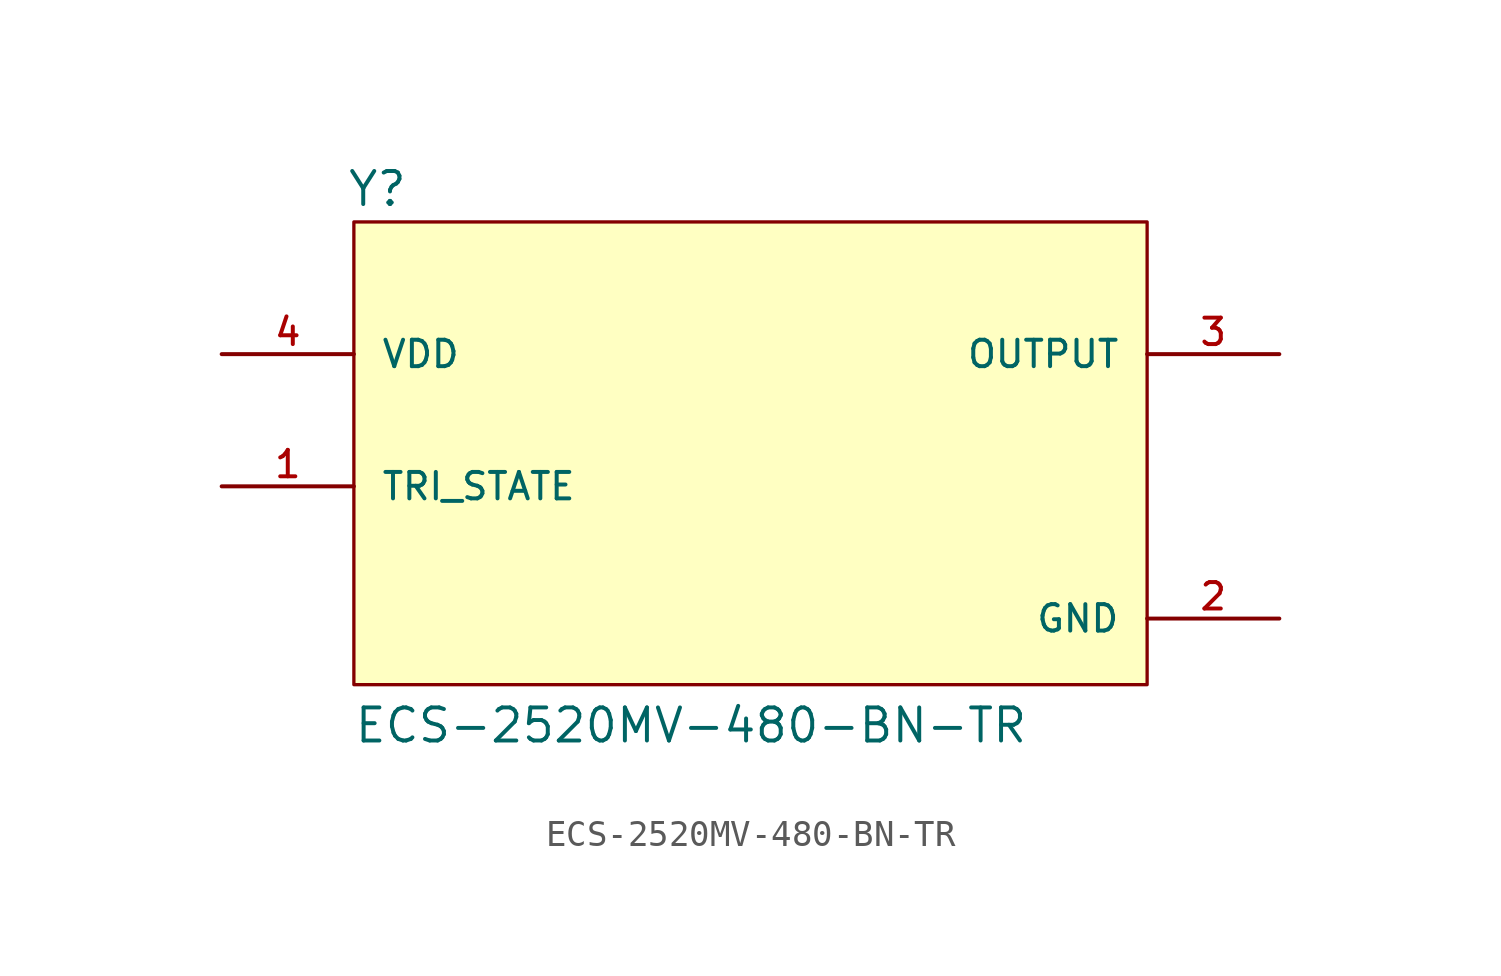
<source format=kicad_sym>
(kicad_symbol_lib
  (version 20211014)
  (generator kicad_symbol_editor)
  (symbol "ECS-2520MV-480-BN-TR"
    (pin_names
      (offset 1.016))
    (property "Reference" "Y"
      (at -15.525 8.144 0)
      (effects (font (size 1.27 1.27)) (justify bottom left)))
    (property "Value" "ECS-2520MV-480-BN-TR"
      (at -15.268 -12.469 0)
      (effects (font (size 1.27 1.27)) (justify bottom left)))
    (symbol "ECS-2520MV-480-BN-TR_0_0"
      (rectangle (start -15.24 -10.16) (end 15.24 7.62) (stroke (width 0.127)) (fill (type background)))
      (pin input line (at -20.32 -2.54 0) (length 5.08) (name "TRI_STATE" (effects (font (size 1.016 1.016)))) (number "1" (effects (font (size 1.016 1.016)))))
      (pin output line (at 20.32 2.54 180.0) (length 5.08) (name "OUTPUT" (effects (font (size 1.016 1.016)))) (number "3" (effects (font (size 1.016 1.016)))))
      (pin input line (at -20.32 2.54 0) (length 5.08) (name "VDD" (effects (font (size 1.016 1.016)))) (number "4" (effects (font (size 1.016 1.016)))))
      (pin power_in line (at 20.32 -7.62 180.0) (length 5.08) (name "GND" (effects (font (size 1.016 1.016)))) (number "2" (effects (font (size 1.016 1.016))))))))
</source>
